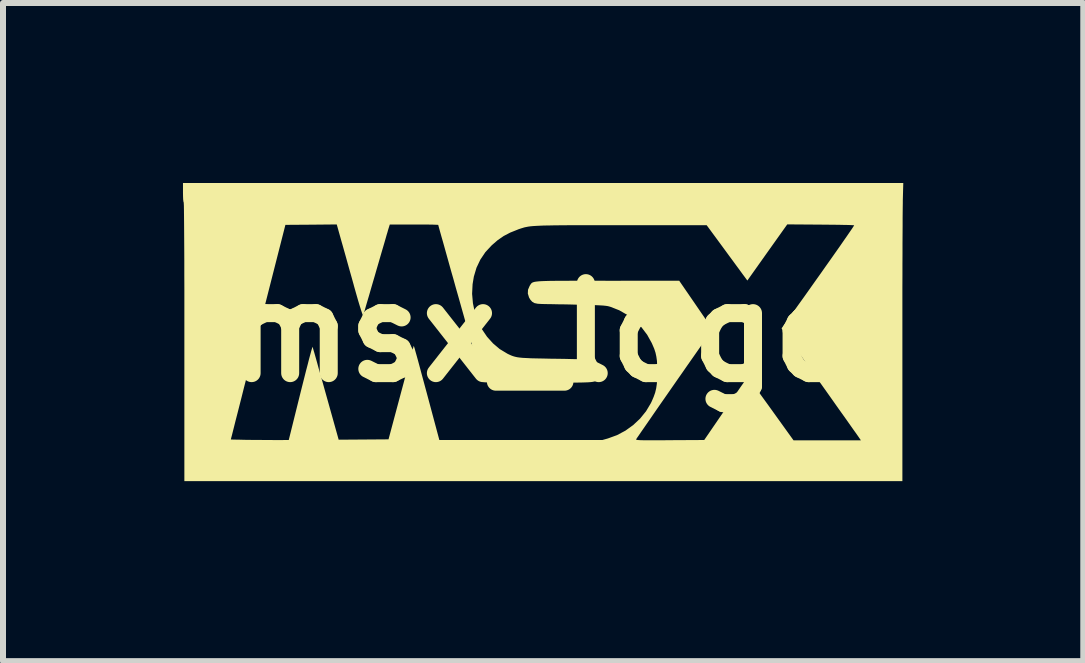
<source format=kicad_pcb>
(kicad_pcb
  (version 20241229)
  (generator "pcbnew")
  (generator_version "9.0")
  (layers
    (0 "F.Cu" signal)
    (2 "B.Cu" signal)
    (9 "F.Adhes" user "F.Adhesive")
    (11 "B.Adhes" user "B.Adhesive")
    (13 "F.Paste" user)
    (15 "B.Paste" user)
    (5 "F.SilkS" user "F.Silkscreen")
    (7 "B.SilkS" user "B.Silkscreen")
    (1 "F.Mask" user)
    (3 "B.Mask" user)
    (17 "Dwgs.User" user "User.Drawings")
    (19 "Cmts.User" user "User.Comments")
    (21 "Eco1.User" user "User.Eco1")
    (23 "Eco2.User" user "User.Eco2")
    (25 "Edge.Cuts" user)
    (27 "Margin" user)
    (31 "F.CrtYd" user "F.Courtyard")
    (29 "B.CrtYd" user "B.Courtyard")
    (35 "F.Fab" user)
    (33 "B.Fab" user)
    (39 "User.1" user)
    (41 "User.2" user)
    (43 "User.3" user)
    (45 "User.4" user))
  (footprint "msx_logo"
    (layer "F.Cu")
    (at 6.001 2.491)
    (property "Reference" "msx_logo" (at 0 0 0) (layer "F.SilkS") (effects (font (size 1.5 1.5) (thickness 0.3))))
    (attr board_only exclude_from_pos_files exclude_from_bom)
    (fp_poly (pts (xy 5.997 -2.201) (xy 5.997 -2.159) (xy 5.996 -2.094) (xy 5.995 -2.01) (xy 5.994 -1.905) (xy 5.994 -1.783) (xy 5.993 -1.644) (xy 5.992 -1.49) (xy 5.992 -1.322) (xy 5.991 -1.141) (xy 5.991 -0.949) (xy 5.99 -0.747) (xy 5.99 -0.537) (xy 5.99 -0.32) (xy 5.99 -0.096) (xy 5.99 0.131) (xy 5.99 0.284) (xy 5.99 2.479) (xy 0.006 2.479) (xy -5.978 2.479) (xy -5.978 1.784) (xy -5.204 1.784) (xy -5.193 1.785) (xy -5.161 1.786) (xy -5.113 1.787) (xy -5.05 1.788) (xy -4.976 1.79) (xy -4.894 1.791) (xy -4.806 1.792) (xy -4.718 1.792) (xy -4.63 1.793) (xy -4.546 1.793) (xy -4.47 1.794) (xy -4.419 1.794) (xy -4.238 1.793) (xy -4.043 1.008) (xy -4.01 0.877) (xy -3.979 0.754) (xy -3.95 0.639) (xy -3.923 0.536) (xy -3.9 0.445) (xy -3.879 0.368) (xy -3.863 0.308) (xy -3.85 0.266) (xy -3.843 0.243) (xy -3.841 0.24) (xy -3.837 0.254) (xy -3.827 0.289) (xy -3.811 0.342) (xy -3.791 0.413) (xy -3.767 0.498) (xy -3.74 0.597) (xy -3.709 0.707) (xy -3.675 0.826) (xy -3.64 0.952) (xy -3.62 1.023) (xy -3.406 1.788) (xy -2.99 1.785) (xy -2.575 1.782) (xy -2.367 1.004) (xy -2.332 0.874) (xy -2.299 0.75) (xy -2.268 0.635) (xy -2.239 0.53) (xy -2.214 0.437) (xy -2.193 0.359) (xy -2.176 0.297) (xy -2.163 0.252) (xy -2.156 0.227) (xy -2.154 0.222) (xy -2.151 0.232) (xy -2.141 0.263) (xy -2.127 0.314) (xy -2.108 0.381) (xy -2.085 0.464) (xy -2.059 0.56) (xy -2.03 0.669) (xy -1.998 0.787) (xy -1.964 0.913) (xy -1.939 1.005) (xy -1.728 1.793) (xy -0.369 1.793) (xy 0.99 1.793) (xy 1.082 1.767) (xy 1.233 1.712) (xy 1.374 1.637) (xy 1.503 1.544) (xy 1.618 1.436) (xy 1.717 1.314) (xy 1.797 1.18) (xy 1.812 1.149) (xy 1.844 1.074) (xy 1.869 1.004) (xy 1.886 0.933) (xy 1.897 0.858) (xy 1.903 0.771) (xy 1.905 0.666) (xy 1.905 0.656) (xy 1.903 0.556) (xy 1.899 0.473) (xy 1.889 0.403) (xy 1.875 0.338) (xy 1.854 0.273) (xy 1.824 0.203) (xy 1.812 0.176) (xy 1.736 0.039) (xy 1.642 -0.085) (xy 1.531 -0.196) (xy 1.407 -0.291) (xy 1.271 -0.369) (xy 1.126 -0.426) (xy 1.095 -0.435) (xy 1.072 -0.44) (xy 1.043 -0.444) (xy 1.005 -0.448) (xy 0.955 -0.451) (xy 0.892 -0.454) (xy 0.813 -0.457) (xy 0.716 -0.46) (xy 0.598 -0.462) (xy 0.557 -0.463) (xy 0.449 -0.466) (xy 0.345 -0.468) (xy 0.247 -0.469) (xy 0.159 -0.471) (xy 0.084 -0.472) (xy 0.025 -0.473) (xy -0.015 -0.474) (xy -0.019 -0.474) (xy -0.089 -0.478) (xy -0.142 -0.489) (xy -0.181 -0.512) (xy -0.212 -0.547) (xy -0.233 -0.583) (xy -0.253 -0.648) (xy -0.25 -0.712) (xy -0.223 -0.775) (xy -0.219 -0.782) (xy -0.211 -0.794) (xy -0.204 -0.806) (xy -0.197 -0.815) (xy -0.187 -0.824) (xy -0.175 -0.832) (xy -0.159 -0.838) (xy -0.136 -0.844) (xy -0.107 -0.848) (xy -0.069 -0.852) (xy -0.021 -0.855) (xy 0.038 -0.857) (xy 0.109 -0.859) (xy 0.195 -0.86) (xy 0.295 -0.861) (xy 0.413 -0.861) (xy 0.548 -0.862) (xy 0.703 -0.862) (xy 0.878 -0.862) (xy 1.076 -0.861) (xy 1.079 -0.861) (xy 2.27 -0.862) (xy 2.549 -0.456) (xy 2.827 -0.05) (xy 2.793 -0.002) (xy 2.76 0.044) (xy 2.718 0.104) (xy 2.667 0.177) (xy 2.608 0.261) (xy 2.543 0.354) (xy 2.473 0.454) (xy 2.398 0.561) (xy 2.321 0.672) (xy 2.241 0.786) (xy 2.161 0.901) (xy 2.081 1.016) (xy 2.003 1.128) (xy 1.927 1.237) (xy 1.855 1.341) (xy 1.789 1.437) (xy 1.728 1.525) (xy 1.674 1.603) (xy 1.629 1.668) (xy 1.593 1.721) (xy 1.567 1.758) (xy 1.554 1.778) (xy 1.552 1.781) (xy 1.552 1.786) (xy 1.558 1.789) (xy 1.571 1.792) (xy 1.593 1.794) (xy 1.626 1.796) (xy 1.672 1.797) (xy 1.732 1.797) (xy 1.809 1.797) (xy 1.905 1.797) (xy 2.021 1.797) (xy 2.116 1.796) (xy 2.687 1.793) (xy 3.046 1.269) (xy 3.114 1.17) (xy 3.178 1.078) (xy 3.236 0.993) (xy 3.288 0.917) (xy 3.333 0.853) (xy 3.369 0.803) (xy 3.394 0.767) (xy 3.408 0.747) (xy 3.411 0.744) (xy 3.419 0.754) (xy 3.439 0.78) (xy 3.47 0.822) (xy 3.512 0.878) (xy 3.562 0.947) (xy 3.619 1.026) (xy 3.682 1.113) (xy 3.751 1.208) (xy 3.797 1.272) (xy 4.176 1.799) (xy 4.738 1.799) (xy 5.299 1.799) (xy 5.253 1.732) (xy 5.239 1.712) (xy 5.213 1.675) (xy 5.175 1.622) (xy 5.127 1.554) (xy 5.07 1.473) (xy 5.004 1.38) (xy 4.931 1.278) (xy 4.852 1.166) (xy 4.768 1.047) (xy 4.68 0.923) (xy 4.591 0.798) (xy 3.976 -0.068) (xy 4.061 -0.186) (xy 4.156 -0.319) (xy 4.252 -0.454) (xy 4.349 -0.589) (xy 4.444 -0.723) (xy 4.538 -0.856) (xy 4.63 -0.985) (xy 4.717 -1.109) (xy 4.8 -1.226) (xy 4.878 -1.337) (xy 4.949 -1.438) (xy 5.012 -1.529) (xy 5.067 -1.608) (xy 5.113 -1.675) (xy 5.149 -1.727) (xy 5.173 -1.764) (xy 5.185 -1.783) (xy 5.186 -1.786) (xy 5.173 -1.787) (xy 5.139 -1.789) (xy 5.087 -1.791) (xy 5.017 -1.792) (xy 4.934 -1.794) (xy 4.839 -1.795) (xy 4.734 -1.796) (xy 4.625 -1.797) (xy 4.071 -1.801) (xy 3.738 -1.333) (xy 3.406 -0.865) (xy 3.323 -0.977) (xy 3.296 -1.014) (xy 3.258 -1.066) (xy 3.21 -1.131) (xy 3.156 -1.205) (xy 3.096 -1.286) (xy 3.034 -1.371) (xy 2.984 -1.439) (xy 2.728 -1.787) (xy 1.313 -1.787) (xy 1.093 -1.787) (xy 0.895 -1.787) (xy 0.718 -1.787) (xy 0.56 -1.787) (xy 0.421 -1.787) (xy 0.298 -1.786) (xy 0.19 -1.785) (xy 0.097 -1.783) (xy 0.016 -1.782) (xy -0.053 -1.779) (xy -0.113 -1.776) (xy -0.163 -1.773) (xy -0.207 -1.769) (xy -0.244 -1.764) (xy -0.276 -1.758) (xy -0.306 -1.752) (xy -0.333 -1.744) (xy -0.359 -1.736) (xy -0.387 -1.727) (xy -0.416 -1.717) (xy -0.422 -1.714) (xy -0.547 -1.664) (xy -0.656 -1.607) (xy -0.757 -1.537) (xy -0.855 -1.452) (xy -0.961 -1.338) (xy -1.045 -1.213) (xy -1.109 -1.078) (xy -1.153 -0.93) (xy -1.174 -0.803) (xy -1.182 -0.643) (xy -1.168 -0.485) (xy -1.136 -0.333) (xy -1.085 -0.188) (xy -1.017 -0.052) (xy -0.933 0.072) (xy -0.834 0.182) (xy -0.722 0.277) (xy -0.596 0.353) (xy -0.589 0.357) (xy -0.557 0.372) (xy -0.528 0.385) (xy -0.498 0.396) (xy -0.467 0.405) (xy -0.431 0.413) (xy -0.388 0.419) (xy -0.336 0.424) (xy -0.273 0.427) (xy -0.197 0.431) (xy -0.106 0.433) (xy 0.003 0.435) (xy 0.132 0.438) (xy 0.224 0.439) (xy 0.364 0.441) (xy 0.483 0.444) (xy 0.581 0.446) (xy 0.662 0.448) (xy 0.726 0.451) (xy 0.774 0.453) (xy 0.81 0.456) (xy 0.834 0.46) (xy 0.849 0.464) (xy 0.85 0.464) (xy 0.894 0.497) (xy 0.924 0.545) (xy 0.94 0.603) (xy 0.942 0.666) (xy 0.929 0.728) (xy 0.905 0.777) (xy 0.898 0.788) (xy 0.89 0.798) (xy 0.881 0.806) (xy 0.869 0.813) (xy 0.851 0.819) (xy 0.827 0.824) (xy 0.795 0.828) (xy 0.754 0.831) (xy 0.701 0.833) (xy 0.636 0.835) (xy 0.557 0.836) (xy 0.462 0.837) (xy 0.349 0.838) (xy 0.218 0.838) (xy 0.066 0.838) (xy -0.098 0.838) (xy -0.266 0.838) (xy -0.412 0.838) (xy -0.537 0.838) (xy -0.644 0.837) (xy -0.733 0.837) (xy -0.806 0.836) (xy -0.866 0.835) (xy -0.912 0.834) (xy -0.948 0.832) (xy -0.974 0.831) (xy -0.991 0.828) (xy -1.003 0.826) (xy -1.009 0.822) (xy -1.012 0.819) (xy -1.012 0.818) (xy -1.021 0.786) (xy -1.036 0.736) (xy -1.055 0.667) (xy -1.079 0.583) (xy -1.107 0.485) (xy -1.138 0.375) (xy -1.172 0.254) (xy -1.208 0.124) (xy -1.247 -0.013) (xy -1.287 -0.156) (xy -1.328 -0.302) (xy -1.37 -0.451) (xy -1.412 -0.6) (xy -1.454 -0.747) (xy -1.494 -0.892) (xy -1.534 -1.031) (xy -1.571 -1.164) (xy -1.606 -1.289) (xy -1.638 -1.404) (xy -1.667 -1.508) (xy -1.693 -1.598) (xy -1.714 -1.673) (xy -1.73 -1.731) (xy -1.741 -1.771) (xy -1.746 -1.79) (xy -1.746 -1.792) (xy -1.758 -1.794) (xy -1.79 -1.795) (xy -1.84 -1.797) (xy -1.905 -1.798) (xy -1.984 -1.799) (xy -2.072 -1.799) (xy -2.15 -1.799) (xy -2.554 -1.799) (xy -2.584 -1.703) (xy -2.592 -1.673) (xy -2.607 -1.624) (xy -2.626 -1.557) (xy -2.65 -1.474) (xy -2.678 -1.379) (xy -2.709 -1.273) (xy -2.742 -1.159) (xy -2.777 -1.039) (xy -2.801 -0.955) (xy -2.836 -0.836) (xy -2.869 -0.723) (xy -2.899 -0.618) (xy -2.927 -0.524) (xy -2.951 -0.442) (xy -2.97 -0.375) (xy -2.985 -0.325) (xy -2.995 -0.293) (xy -2.998 -0.283) (xy -3.003 -0.288) (xy -3.014 -0.315) (xy -3.03 -0.363) (xy -3.052 -0.433) (xy -3.08 -0.526) (xy -3.113 -0.641) (xy -3.152 -0.779) (xy -3.157 -0.799) (xy -3.19 -0.917) (xy -3.224 -1.037) (xy -3.257 -1.155) (xy -3.288 -1.267) (xy -3.317 -1.37) (xy -3.342 -1.459) (xy -3.363 -1.532) (xy -3.373 -1.568) (xy -3.438 -1.8) (xy -3.866 -1.796) (xy -4.294 -1.793) (xy -4.749 -0.006) (xy -4.799 0.194) (xy -4.849 0.387) (xy -4.896 0.573) (xy -4.941 0.751) (xy -4.984 0.918) (xy -5.023 1.074) (xy -5.06 1.219) (xy -5.093 1.349) (xy -5.123 1.465) (xy -5.148 1.565) (xy -5.169 1.648) (xy -5.185 1.712) (xy -5.197 1.757) (xy -5.203 1.781) (xy -5.204 1.784) (xy -5.978 1.784) (xy -5.978 0.159) (xy -5.978 -0.155) (xy -5.978 -0.446) (xy -5.978 -0.715) (xy -5.979 -0.962) (xy -5.979 -1.185) (xy -5.98 -1.386) (xy -5.981 -1.565) (xy -5.982 -1.72) (xy -5.983 -1.853) (xy -5.984 -1.962) (xy -5.985 -2.048) (xy -5.986 -2.112) (xy -5.988 -2.151) (xy -5.989 -2.168) (xy -5.99 -2.168) (xy -5.994 -2.183) (xy -5.998 -2.217) (xy -6 -2.267) (xy -6.001 -2.33) (xy -6.001 -2.333) (xy -6.001 -2.491) (xy 0.002 -2.491) (xy 6.005 -2.491)) (stroke (width 0) (type solid)) (fill yes) (layer "F.SilkS")))
  (gr_rect
    (start -3 -3)
    (end 15.006 7.97)
    (stroke (width 0.1) (type default))
    (fill no)
    (layer "Edge.Cuts")))
</source>
